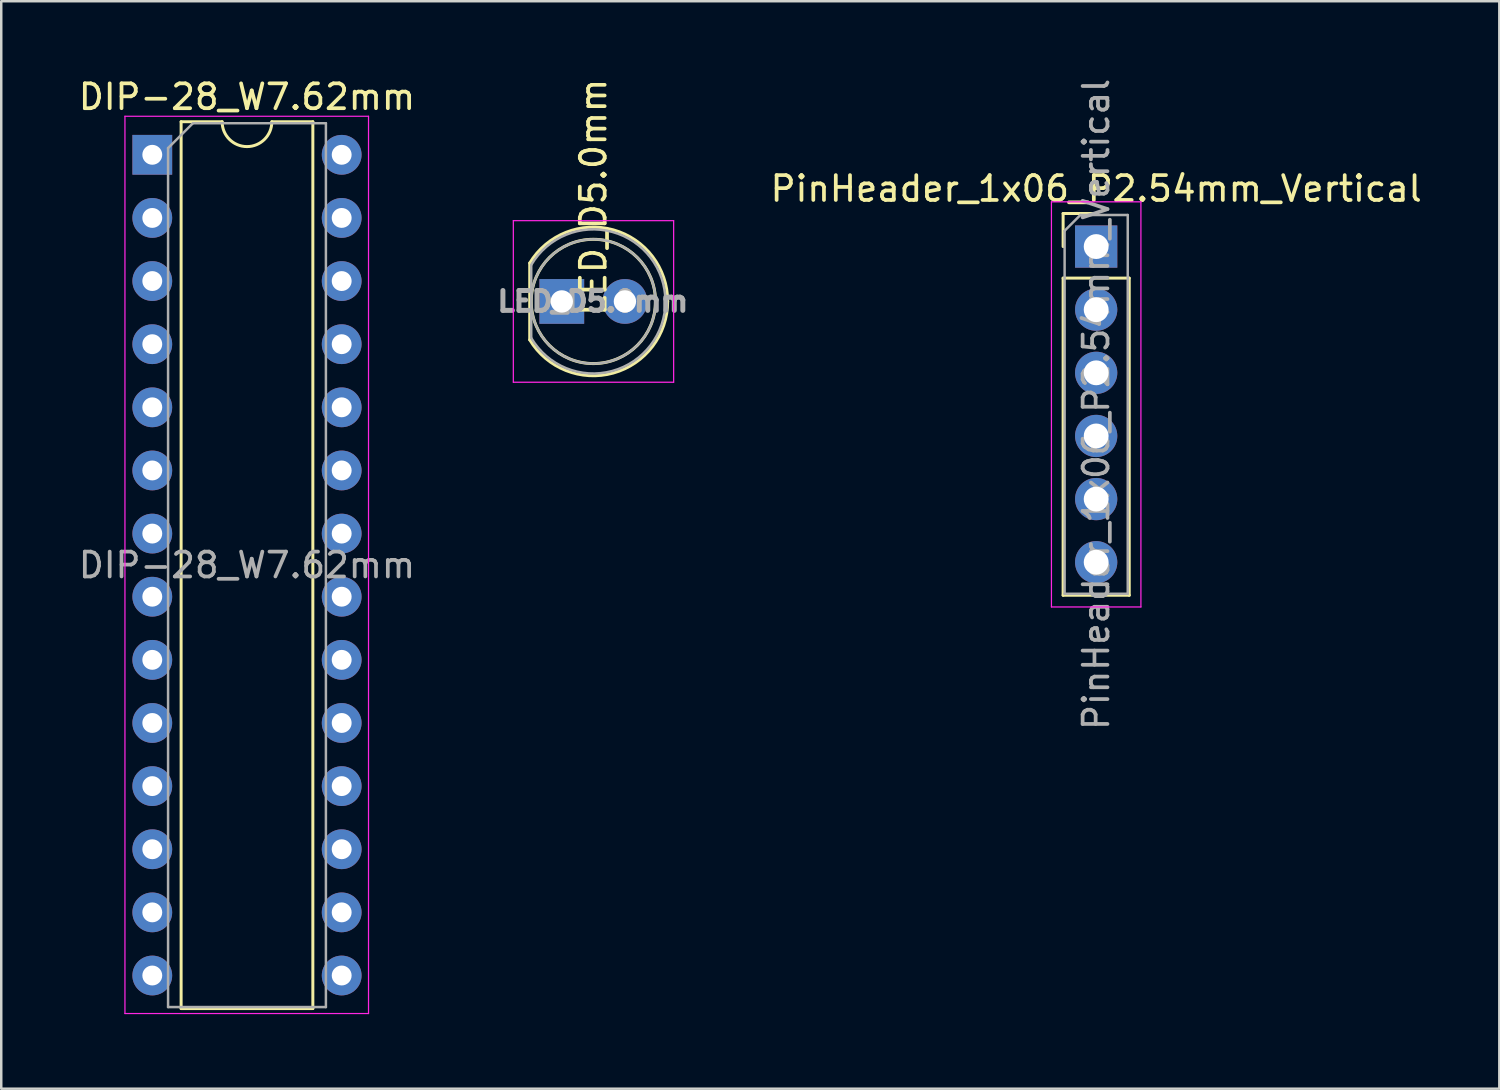
<source format=kicad_pcb>
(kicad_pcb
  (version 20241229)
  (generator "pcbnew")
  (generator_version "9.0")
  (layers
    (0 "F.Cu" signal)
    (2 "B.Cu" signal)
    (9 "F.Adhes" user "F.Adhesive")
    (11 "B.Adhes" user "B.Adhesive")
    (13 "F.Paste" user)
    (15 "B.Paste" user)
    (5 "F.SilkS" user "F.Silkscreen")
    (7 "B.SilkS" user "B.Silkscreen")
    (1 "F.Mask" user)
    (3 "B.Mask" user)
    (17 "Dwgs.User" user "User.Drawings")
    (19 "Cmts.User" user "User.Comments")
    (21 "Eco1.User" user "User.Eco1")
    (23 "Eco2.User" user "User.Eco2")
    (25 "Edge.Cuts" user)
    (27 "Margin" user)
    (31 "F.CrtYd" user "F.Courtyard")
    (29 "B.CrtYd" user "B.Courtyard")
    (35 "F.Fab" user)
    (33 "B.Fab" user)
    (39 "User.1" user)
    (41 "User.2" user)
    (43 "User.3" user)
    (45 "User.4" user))
  (footprint "PinHeader_1x06_P2.54mm_Vertical"
    (layer "F.Cu")
    (at 41.053 6.87)
    (property "Reference" "PinHeader_1x06_P2.54mm_Vertical" (at 0 -2.33 180) (layer "F.SilkS") (effects (font (size 1 1) (thickness 0.15))))
    (attr through_hole)
    (fp_line (start -1.33 -1.33) (end 0 -1.33) (stroke (width 0.12) (type solid)) (layer "F.SilkS"))
    (fp_line (start -1.33 0) (end -1.33 -1.33) (stroke (width 0.12) (type solid)) (layer "F.SilkS"))
    (fp_line (start -1.33 1.27) (end -1.33 14.03) (stroke (width 0.12) (type solid)) (layer "F.SilkS"))
    (fp_line (start -1.33 1.27) (end 1.33 1.27) (stroke (width 0.12) (type solid)) (layer "F.SilkS"))
    (fp_line (start -1.33 14.03) (end 1.33 14.03) (stroke (width 0.12) (type solid)) (layer "F.SilkS"))
    (fp_line (start 1.33 1.27) (end 1.33 14.03) (stroke (width 0.12) (type solid)) (layer "F.SilkS"))
    (fp_line (start -1.8 -1.8) (end -1.8 14.5) (stroke (width 0.05) (type solid)) (layer "F.CrtYd"))
    (fp_line (start -1.8 14.5) (end 1.8 14.5) (stroke (width 0.05) (type solid)) (layer "F.CrtYd"))
    (fp_line (start 1.8 -1.8) (end -1.8 -1.8) (stroke (width 0.05) (type solid)) (layer "F.CrtYd"))
    (fp_line (start 1.8 14.5) (end 1.8 -1.8) (stroke (width 0.05) (type solid)) (layer "F.CrtYd"))
    (fp_line (start -1.27 -0.635) (end -0.635 -1.27) (stroke (width 0.1) (type solid)) (layer "F.Fab"))
    (fp_line (start -1.27 13.97) (end -1.27 -0.635) (stroke (width 0.1) (type solid)) (layer "F.Fab"))
    (fp_line (start -0.635 -1.27) (end 1.27 -1.27) (stroke (width 0.1) (type solid)) (layer "F.Fab"))
    (fp_line (start 1.27 -1.27) (end 1.27 13.97) (stroke (width 0.1) (type solid)) (layer "F.Fab"))
    (fp_line (start 1.27 13.97) (end -1.27 13.97) (stroke (width 0.1) (type solid)) (layer "F.Fab"))
    (fp_text user "${REFERENCE}" (at 0 6.35 270) (layer "F.Fab") (effects (font (size 1 1) (thickness 0.15))))
    (pad "1" thru_hole rect (at 0 0) (size 1.7 1.7) (drill 1) (layers "*.Cu" "*.Mask"))
    (pad "2" thru_hole oval (at 0 2.54) (size 1.7 1.7) (drill 1) (layers "*.Cu" "*.Mask"))
    (pad "3" thru_hole oval (at 0 5.08) (size 1.7 1.7) (drill 1) (layers "*.Cu" "*.Mask"))
    (pad "4" thru_hole oval (at 0 7.62) (size 1.7 1.7) (drill 1) (layers "*.Cu" "*.Mask"))
    (pad "5" thru_hole oval (at 0 10.16) (size 1.7 1.7) (drill 1) (layers "*.Cu" "*.Mask"))
    (pad "6" thru_hole oval (at 0 12.7) (size 1.7 1.7) (drill 1) (layers "*.Cu" "*.Mask")))
  (footprint "DIP-28_W7.62mm"
    (layer "F.Cu")
    (at 3.077 3.178)
    (property "Reference" "DIP-28_W7.62mm" (at 3.81 -2.33 180) (layer "F.SilkS") (effects (font (size 1 1) (thickness 0.15))))
    (attr through_hole)
    (fp_line (start 1.16 -1.33) (end 1.16 34.35) (stroke (width 0.12) (type solid)) (layer "F.SilkS"))
    (fp_line (start 1.16 34.35) (end 6.46 34.35) (stroke (width 0.12) (type solid)) (layer "F.SilkS"))
    (fp_line (start 2.81 -1.33) (end 1.16 -1.33) (stroke (width 0.12) (type solid)) (layer "F.SilkS"))
    (fp_line (start 6.46 -1.33) (end 4.81 -1.33) (stroke (width 0.12) (type solid)) (layer "F.SilkS"))
    (fp_line (start 6.46 34.35) (end 6.46 -1.33) (stroke (width 0.12) (type solid)) (layer "F.SilkS"))
    (fp_arc (start 4.81 -1.33) (mid 3.81 -0.33) (end 2.81 -1.33) (stroke (width 0.12) (type solid)) (layer "F.SilkS"))
    (fp_line (start -1.1 -1.55) (end -1.1 34.55) (stroke (width 0.05) (type solid)) (layer "F.CrtYd"))
    (fp_line (start -1.1 34.55) (end 8.7 34.55) (stroke (width 0.05) (type solid)) (layer "F.CrtYd"))
    (fp_line (start 8.7 -1.55) (end -1.1 -1.55) (stroke (width 0.05) (type solid)) (layer "F.CrtYd"))
    (fp_line (start 8.7 34.55) (end 8.7 -1.55) (stroke (width 0.05) (type solid)) (layer "F.CrtYd"))
    (fp_line (start 0.635 -0.27) (end 1.635 -1.27) (stroke (width 0.1) (type solid)) (layer "F.Fab"))
    (fp_line (start 0.635 34.29) (end 0.635 -0.27) (stroke (width 0.1) (type solid)) (layer "F.Fab"))
    (fp_line (start 1.635 -1.27) (end 6.985 -1.27) (stroke (width 0.1) (type solid)) (layer "F.Fab"))
    (fp_line (start 6.985 -1.27) (end 6.985 34.29) (stroke (width 0.1) (type solid)) (layer "F.Fab"))
    (fp_line (start 6.985 34.29) (end 0.635 34.29) (stroke (width 0.1) (type solid)) (layer "F.Fab"))
    (fp_text user "${REFERENCE}" (at 3.81 16.51 180) (layer "F.Fab") (effects (font (size 1 1) (thickness 0.15))))
    (pad "1" thru_hole rect (at 0 0) (size 1.6 1.6) (drill 0.8) (layers "*.Cu" "*.Mask"))
    (pad "2" thru_hole oval (at 0 2.54) (size 1.6 1.6) (drill 0.8) (layers "*.Cu" "*.Mask"))
    (pad "3" thru_hole oval (at 0 5.08) (size 1.6 1.6) (drill 0.8) (layers "*.Cu" "*.Mask"))
    (pad "4" thru_hole oval (at 0 7.62) (size 1.6 1.6) (drill 0.8) (layers "*.Cu" "*.Mask"))
    (pad "5" thru_hole oval (at 0 10.16) (size 1.6 1.6) (drill 0.8) (layers "*.Cu" "*.Mask"))
    (pad "6" thru_hole oval (at 0 12.7) (size 1.6 1.6) (drill 0.8) (layers "*.Cu" "*.Mask"))
    (pad "7" thru_hole oval (at 0 15.24) (size 1.6 1.6) (drill 0.8) (layers "*.Cu" "*.Mask"))
    (pad "8" thru_hole oval (at 0 17.78) (size 1.6 1.6) (drill 0.8) (layers "*.Cu" "*.Mask"))
    (pad "9" thru_hole oval (at 0 20.32) (size 1.6 1.6) (drill 0.8) (layers "*.Cu" "*.Mask"))
    (pad "10" thru_hole oval (at 0 22.86) (size 1.6 1.6) (drill 0.8) (layers "*.Cu" "*.Mask"))
    (pad "11" thru_hole oval (at 0 25.4) (size 1.6 1.6) (drill 0.8) (layers "*.Cu" "*.Mask"))
    (pad "12" thru_hole oval (at 0 27.94) (size 1.6 1.6) (drill 0.8) (layers "*.Cu" "*.Mask"))
    (pad "13" thru_hole oval (at 0 30.48) (size 1.6 1.6) (drill 0.8) (layers "*.Cu" "*.Mask"))
    (pad "14" thru_hole oval (at 0 33.02) (size 1.6 1.6) (drill 0.8) (layers "*.Cu" "*.Mask"))
    (pad "15" thru_hole oval (at 7.62 33.02) (size 1.6 1.6) (drill 0.8) (layers "*.Cu" "*.Mask"))
    (pad "16" thru_hole oval (at 7.62 30.48) (size 1.6 1.6) (drill 0.8) (layers "*.Cu" "*.Mask"))
    (pad "17" thru_hole oval (at 7.62 27.94) (size 1.6 1.6) (drill 0.8) (layers "*.Cu" "*.Mask"))
    (pad "18" thru_hole oval (at 7.62 25.4) (size 1.6 1.6) (drill 0.8) (layers "*.Cu" "*.Mask"))
    (pad "19" thru_hole oval (at 7.62 22.86) (size 1.6 1.6) (drill 0.8) (layers "*.Cu" "*.Mask"))
    (pad "20" thru_hole oval (at 7.62 20.32) (size 1.6 1.6) (drill 0.8) (layers "*.Cu" "*.Mask"))
    (pad "21" thru_hole oval (at 7.62 17.78) (size 1.6 1.6) (drill 0.8) (layers "*.Cu" "*.Mask"))
    (pad "22" thru_hole oval (at 7.62 15.24) (size 1.6 1.6) (drill 0.8) (layers "*.Cu" "*.Mask"))
    (pad "23" thru_hole oval (at 7.62 12.7) (size 1.6 1.6) (drill 0.8) (layers "*.Cu" "*.Mask"))
    (pad "24" thru_hole oval (at 7.62 10.16) (size 1.6 1.6) (drill 0.8) (layers "*.Cu" "*.Mask"))
    (pad "25" thru_hole oval (at 7.62 7.62) (size 1.6 1.6) (drill 0.8) (layers "*.Cu" "*.Mask"))
    (pad "26" thru_hole oval (at 7.62 5.08) (size 1.6 1.6) (drill 0.8) (layers "*.Cu" "*.Mask"))
    (pad "27" thru_hole oval (at 7.62 2.54) (size 1.6 1.6) (drill 0.8) (layers "*.Cu" "*.Mask"))
    (pad "28" thru_hole oval (at 7.62 0) (size 1.6 1.6) (drill 0.8) (layers "*.Cu" "*.Mask")))
  (footprint "LED_D5.0mm"
    (layer "F.Cu")
    (at 19.553 9.078)
    (property "Reference" "LED_D5.0mm" (at 1.27 -4.191 270) (layer "F.SilkS") (effects (font (size 1 1) (thickness 0.15))))
    (attr through_hole)
    (fp_line (start -1.29 -1.545) (end -1.29 1.545) (stroke (width 0.12) (type solid)) (layer "F.SilkS"))
    (fp_arc (start -1.29 -1.54483) (mid 2.072002 -2.880433) (end 4.26 0.000462) (stroke (width 0.12) (type solid)) (layer "F.SilkS"))
    (fp_arc (start 4.26 -0.000462) (mid 2.072002 2.880433) (end -1.29 1.54483) (stroke (width 0.12) (type solid)) (layer "F.SilkS"))
    (fp_circle (center 1.27 0) (end 3.77 0) (stroke (width 0.12) (type solid)) (fill no) (layer "F.SilkS"))
    (fp_line (start -1.95 -3.25) (end -1.95 3.25) (stroke (width 0.05) (type solid)) (layer "F.CrtYd"))
    (fp_line (start -1.95 3.25) (end 4.5 3.25) (stroke (width 0.05) (type solid)) (layer "F.CrtYd"))
    (fp_line (start 4.5 -3.25) (end -1.95 -3.25) (stroke (width 0.05) (type solid)) (layer "F.CrtYd"))
    (fp_line (start 4.5 3.25) (end 4.5 -3.25) (stroke (width 0.05) (type solid)) (layer "F.CrtYd"))
    (fp_line (start -1.23 -1.47) (end -1.23 1.47) (stroke (width 0.1) (type solid)) (layer "F.Fab"))
    (fp_arc (start -1.23 -1.469694) (mid 4.17 0.000016) (end -1.230016 1.469666) (stroke (width 0.1) (type solid)) (layer "F.Fab"))
    (fp_circle (center 1.27 0) (end 3.77 0) (stroke (width 0.1) (type solid)) (fill no) (layer "F.Fab"))
    (fp_text user "${REFERENCE}" (at 1.25 0 180) (layer "F.Fab") (effects (font (size 0.8 0.8) (thickness 0.2))))
    (pad "1" thru_hole rect (at 0 0) (size 1.8 1.8) (drill 0.9) (layers "*.Cu" "*.Mask"))
    (pad "2" thru_hole circle (at 2.54 0) (size 1.8 1.8) (drill 0.9) (layers "*.Cu" "*.Mask")))
  (gr_rect
    (start -3 -3)
    (end 57.273 40.753)
    (stroke (width 0.1) (type default))
    (fill no)
    (layer "Edge.Cuts")))
</source>
